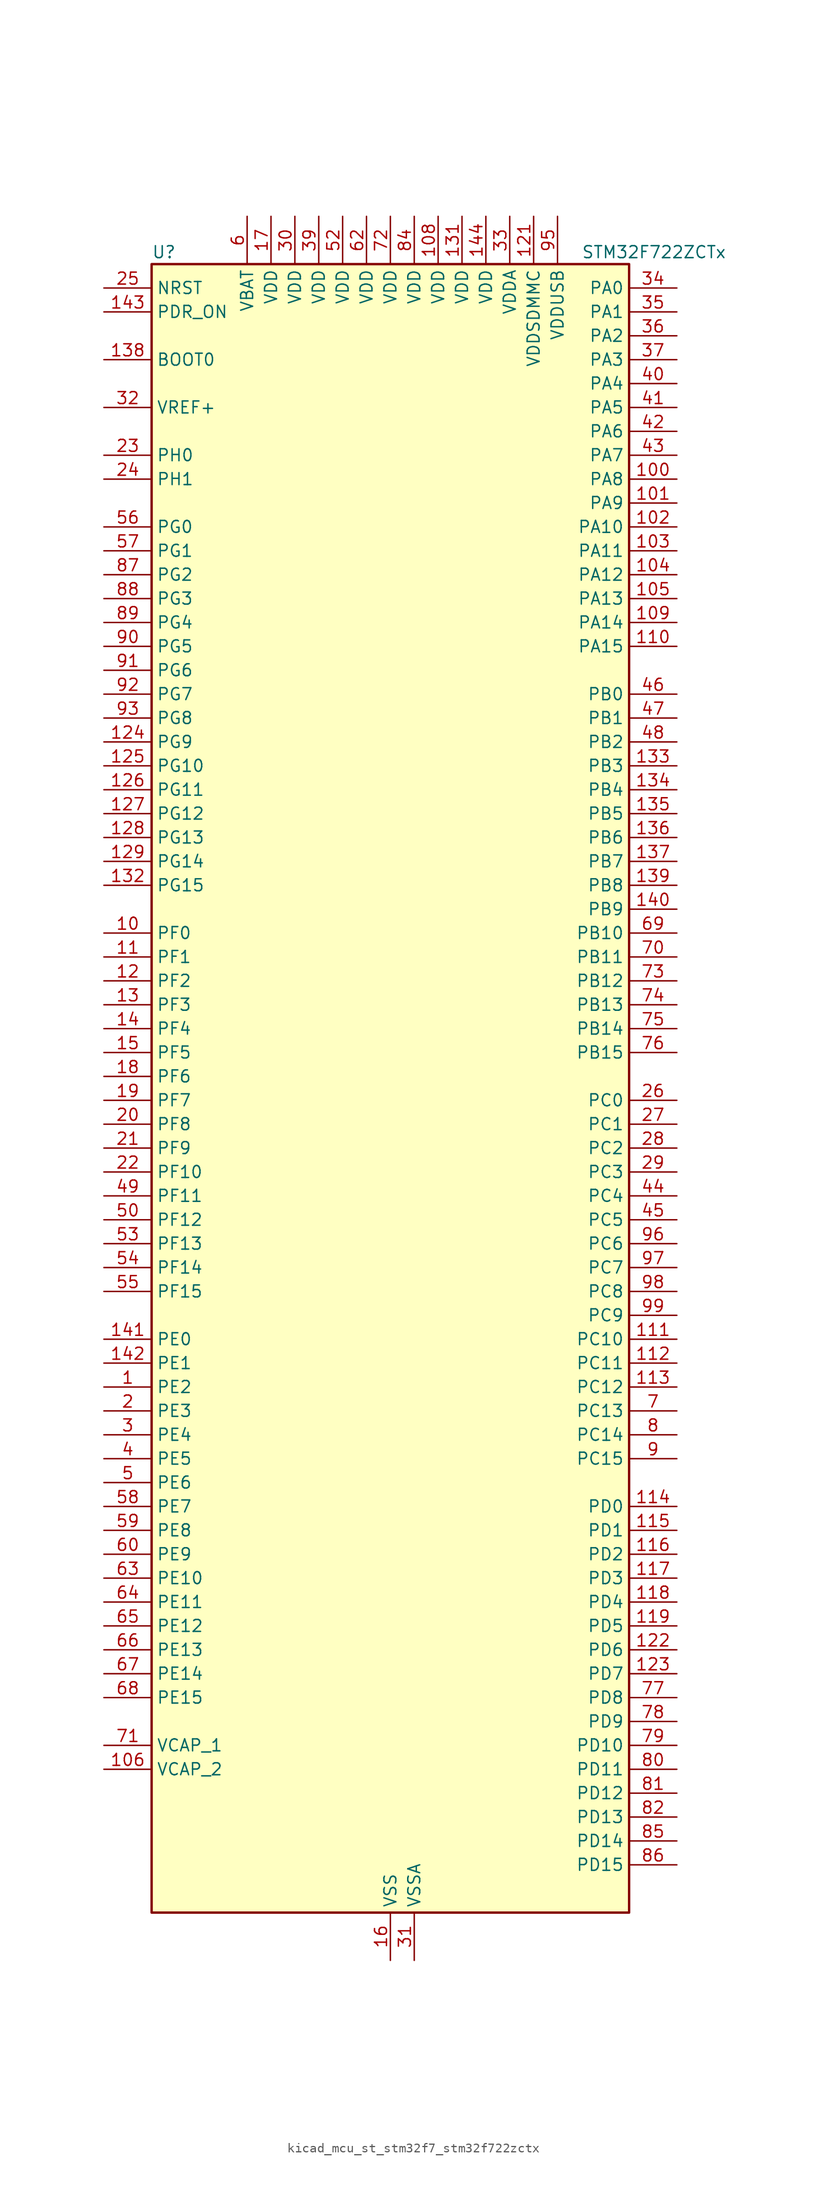
<source format=kicad_sym>
(kicad_symbol_lib
  (version 20220914)
  (generator kicad_symbol_editor)
  (symbol "kicad_mcu_st_stm32f7_stm32f722zctx"
    (property "Reference" "U"
      (at -25.4 90.17 0)
      (effects (font (size 1.27 1.27)) (justify left)))
    (property "Value" "STM32F722ZCTx"
      (at 20.32 90.17 0)
      (effects (font (size 1.27 1.27)) (justify left)))
    (property "ki_locked" ""
      (at 0 0 0)
      (effects (font (size 1.27 1.27))))
    (symbol "kicad_mcu_st_stm32f7_stm32f722zctx_0_1"
      (rectangle (start -25.4 -86.36) (end 25.4 88.9) (stroke (width 0.254) (type default)) (fill (type background))))
    (symbol "kicad_mcu_st_stm32f7_stm32f722zctx_1_1"
      (pin bidirectional line (at -30.48 -30.48 0) (length 5.08) (name "PE2" (effects (font (size 1.27 1.27)))) (number "1" (effects (font (size 1.27 1.27)))) (alternate "FMC_A23" bidirectional line) (alternate "QUADSPI_BK1_IO2" bidirectional line) (alternate "SAI1_MCLK_A" bidirectional line) (alternate "SPI4_SCK" bidirectional line) (alternate "SYS_TRACECLK" bidirectional line))
      (pin bidirectional line (at -30.48 17.78 0) (length 5.08) (name "PF0" (effects (font (size 1.27 1.27)))) (number "10" (effects (font (size 1.27 1.27)))) (alternate "FMC_A0" bidirectional line) (alternate "I2C2_SDA" bidirectional line))
      (pin bidirectional line (at 30.48 66.04 180) (length 5.08) (name "PA8" (effects (font (size 1.27 1.27)))) (number "100" (effects (font (size 1.27 1.27)))) (alternate "I2C3_SCL" bidirectional line) (alternate "RCC_MCO_1" bidirectional line) (alternate "TIM1_CH1" bidirectional line) (alternate "TIM8_BKIN2" bidirectional line) (alternate "USART1_CK" bidirectional line) (alternate "USB_OTG_FS_SOF" bidirectional line))
      (pin bidirectional line (at 30.48 63.5 180) (length 5.08) (name "PA9" (effects (font (size 1.27 1.27)))) (number "101" (effects (font (size 1.27 1.27)))) (alternate "DAC_EXTI9" bidirectional line) (alternate "I2C3_SMBA" bidirectional line) (alternate "I2S2_CK" bidirectional line) (alternate "SPI2_SCK" bidirectional line) (alternate "TIM1_CH2" bidirectional line) (alternate "USART1_TX" bidirectional line) (alternate "USB_OTG_FS_VBUS" bidirectional line))
      (pin bidirectional line (at 30.48 60.96 180) (length 5.08) (name "PA10" (effects (font (size 1.27 1.27)))) (number "102" (effects (font (size 1.27 1.27)))) (alternate "TIM1_CH3" bidirectional line) (alternate "USART1_RX" bidirectional line) (alternate "USB_OTG_FS_ID" bidirectional line))
      (pin bidirectional line (at 30.48 58.42 180) (length 5.08) (name "PA11" (effects (font (size 1.27 1.27)))) (number "103" (effects (font (size 1.27 1.27)))) (alternate "ADC1_EXTI11" bidirectional line) (alternate "ADC2_EXTI11" bidirectional line) (alternate "ADC3_EXTI11" bidirectional line) (alternate "CAN1_RX" bidirectional line) (alternate "TIM1_CH4" bidirectional line) (alternate "USART1_CTS" bidirectional line) (alternate "USB_OTG_FS_DM" bidirectional line))
      (pin bidirectional line (at 30.48 55.88 180) (length 5.08) (name "PA12" (effects (font (size 1.27 1.27)))) (number "104" (effects (font (size 1.27 1.27)))) (alternate "CAN1_TX" bidirectional line) (alternate "SAI2_FS_B" bidirectional line) (alternate "TIM1_ETR" bidirectional line) (alternate "USART1_DE" bidirectional line) (alternate "USART1_RTS" bidirectional line) (alternate "USB_OTG_FS_DP" bidirectional line))
      (pin bidirectional line (at 30.48 53.34 180) (length 5.08) (name "PA13" (effects (font (size 1.27 1.27)))) (number "105" (effects (font (size 1.27 1.27)))) (alternate "SYS_JTMS-SWDIO" bidirectional line))
      (pin power_out line (at -30.48 -71.12 0) (length 5.08) (name "VCAP_2" (effects (font (size 1.27 1.27)))) (number "106" (effects (font (size 1.27 1.27)))))
      (pin passive line (at 0 -91.44 90) (length 5.08) hide (name "VSS" (effects (font (size 1.27 1.27)))) (number "107" (effects (font (size 1.27 1.27)))))
      (pin power_in line (at 5.08 93.98 270) (length 5.08) (name "VDD" (effects (font (size 1.27 1.27)))) (number "108" (effects (font (size 1.27 1.27)))))
      (pin bidirectional line (at 30.48 50.8 180) (length 5.08) (name "PA14" (effects (font (size 1.27 1.27)))) (number "109" (effects (font (size 1.27 1.27)))) (alternate "SYS_JTCK-SWCLK" bidirectional line))
      (pin bidirectional line (at -30.48 15.24 0) (length 5.08) (name "PF1" (effects (font (size 1.27 1.27)))) (number "11" (effects (font (size 1.27 1.27)))) (alternate "FMC_A1" bidirectional line) (alternate "I2C2_SCL" bidirectional line))
      (pin bidirectional line (at 30.48 48.26 180) (length 5.08) (name "PA15" (effects (font (size 1.27 1.27)))) (number "110" (effects (font (size 1.27 1.27)))) (alternate "I2S1_WS" bidirectional line) (alternate "I2S3_WS" bidirectional line) (alternate "SPI1_NSS" bidirectional line) (alternate "SPI3_NSS" bidirectional line) (alternate "SYS_JTDI" bidirectional line) (alternate "TIM2_CH1" bidirectional line) (alternate "TIM2_ETR" bidirectional line) (alternate "UART4_DE" bidirectional line) (alternate "UART4_RTS" bidirectional line))
      (pin bidirectional line (at 30.48 -25.4 180) (length 5.08) (name "PC10" (effects (font (size 1.27 1.27)))) (number "111" (effects (font (size 1.27 1.27)))) (alternate "I2S3_CK" bidirectional line) (alternate "QUADSPI_BK1_IO1" bidirectional line) (alternate "SDMMC1_D2" bidirectional line) (alternate "SPI3_SCK" bidirectional line) (alternate "UART4_TX" bidirectional line) (alternate "USART3_TX" bidirectional line))
      (pin bidirectional line (at 30.48 -27.94 180) (length 5.08) (name "PC11" (effects (font (size 1.27 1.27)))) (number "112" (effects (font (size 1.27 1.27)))) (alternate "ADC1_EXTI11" bidirectional line) (alternate "ADC2_EXTI11" bidirectional line) (alternate "ADC3_EXTI11" bidirectional line) (alternate "QUADSPI_BK2_NCS" bidirectional line) (alternate "SDMMC1_D3" bidirectional line) (alternate "SPI3_MISO" bidirectional line) (alternate "UART4_RX" bidirectional line) (alternate "USART3_RX" bidirectional line))
      (pin bidirectional line (at 30.48 -30.48 180) (length 5.08) (name "PC12" (effects (font (size 1.27 1.27)))) (number "113" (effects (font (size 1.27 1.27)))) (alternate "I2S3_SD" bidirectional line) (alternate "SDMMC1_CK" bidirectional line) (alternate "SPI3_MOSI" bidirectional line) (alternate "SYS_TRACED3" bidirectional line) (alternate "UART5_TX" bidirectional line) (alternate "USART3_CK" bidirectional line))
      (pin bidirectional line (at 30.48 -43.18 180) (length 5.08) (name "PD0" (effects (font (size 1.27 1.27)))) (number "114" (effects (font (size 1.27 1.27)))) (alternate "CAN1_RX" bidirectional line) (alternate "FMC_D2" bidirectional line) (alternate "FMC_DA2" bidirectional line))
      (pin bidirectional line (at 30.48 -45.72 180) (length 5.08) (name "PD1" (effects (font (size 1.27 1.27)))) (number "115" (effects (font (size 1.27 1.27)))) (alternate "CAN1_TX" bidirectional line) (alternate "FMC_D3" bidirectional line) (alternate "FMC_DA3" bidirectional line))
      (pin bidirectional line (at 30.48 -48.26 180) (length 5.08) (name "PD2" (effects (font (size 1.27 1.27)))) (number "116" (effects (font (size 1.27 1.27)))) (alternate "SDMMC1_CMD" bidirectional line) (alternate "SYS_TRACED2" bidirectional line) (alternate "TIM3_ETR" bidirectional line) (alternate "UART5_RX" bidirectional line))
      (pin bidirectional line (at 30.48 -50.8 180) (length 5.08) (name "PD3" (effects (font (size 1.27 1.27)))) (number "117" (effects (font (size 1.27 1.27)))) (alternate "FMC_CLK" bidirectional line) (alternate "I2S2_CK" bidirectional line) (alternate "SPI2_SCK" bidirectional line) (alternate "USART2_CTS" bidirectional line))
      (pin bidirectional line (at 30.48 -53.34 180) (length 5.08) (name "PD4" (effects (font (size 1.27 1.27)))) (number "118" (effects (font (size 1.27 1.27)))) (alternate "FMC_NOE" bidirectional line) (alternate "USART2_DE" bidirectional line) (alternate "USART2_RTS" bidirectional line))
      (pin bidirectional line (at 30.48 -55.88 180) (length 5.08) (name "PD5" (effects (font (size 1.27 1.27)))) (number "119" (effects (font (size 1.27 1.27)))) (alternate "FMC_NWE" bidirectional line) (alternate "USART2_TX" bidirectional line))
      (pin bidirectional line (at -30.48 12.7 0) (length 5.08) (name "PF2" (effects (font (size 1.27 1.27)))) (number "12" (effects (font (size 1.27 1.27)))) (alternate "FMC_A2" bidirectional line) (alternate "I2C2_SMBA" bidirectional line))
      (pin passive line (at 0 -91.44 90) (length 5.08) hide (name "VSS" (effects (font (size 1.27 1.27)))) (number "120" (effects (font (size 1.27 1.27)))))
      (pin power_in line (at 15.24 93.98 270) (length 5.08) (name "VDDSDMMC" (effects (font (size 1.27 1.27)))) (number "121" (effects (font (size 1.27 1.27)))))
      (pin bidirectional line (at 30.48 -58.42 180) (length 5.08) (name "PD6" (effects (font (size 1.27 1.27)))) (number "122" (effects (font (size 1.27 1.27)))) (alternate "FMC_NWAIT" bidirectional line) (alternate "I2S3_SD" bidirectional line) (alternate "SAI1_SD_A" bidirectional line) (alternate "SDMMC2_CK" bidirectional line) (alternate "SPI3_MOSI" bidirectional line) (alternate "USART2_RX" bidirectional line))
      (pin bidirectional line (at 30.48 -60.96 180) (length 5.08) (name "PD7" (effects (font (size 1.27 1.27)))) (number "123" (effects (font (size 1.27 1.27)))) (alternate "FMC_NE1" bidirectional line) (alternate "SDMMC2_CMD" bidirectional line) (alternate "USART2_CK" bidirectional line))
      (pin bidirectional line (at -30.48 38.1 0) (length 5.08) (name "PG9" (effects (font (size 1.27 1.27)))) (number "124" (effects (font (size 1.27 1.27)))) (alternate "DAC_EXTI9" bidirectional line) (alternate "FMC_NCE" bidirectional line) (alternate "FMC_NE2" bidirectional line) (alternate "QUADSPI_BK2_IO2" bidirectional line) (alternate "SAI2_FS_B" bidirectional line) (alternate "SDMMC2_D0" bidirectional line) (alternate "USART6_RX" bidirectional line))
      (pin bidirectional line (at -30.48 35.56 0) (length 5.08) (name "PG10" (effects (font (size 1.27 1.27)))) (number "125" (effects (font (size 1.27 1.27)))) (alternate "FMC_NE3" bidirectional line) (alternate "SAI2_SD_B" bidirectional line) (alternate "SDMMC2_D1" bidirectional line))
      (pin bidirectional line (at -30.48 33.02 0) (length 5.08) (name "PG11" (effects (font (size 1.27 1.27)))) (number "126" (effects (font (size 1.27 1.27)))) (alternate "ADC1_EXTI11" bidirectional line) (alternate "ADC2_EXTI11" bidirectional line) (alternate "ADC3_EXTI11" bidirectional line) (alternate "FMC_INT" bidirectional line) (alternate "SDMMC2_D2" bidirectional line))
      (pin bidirectional line (at -30.48 30.48 0) (length 5.08) (name "PG12" (effects (font (size 1.27 1.27)))) (number "127" (effects (font (size 1.27 1.27)))) (alternate "FMC_NE4" bidirectional line) (alternate "LPTIM1_IN1" bidirectional line) (alternate "SDMMC2_D3" bidirectional line) (alternate "USART6_DE" bidirectional line) (alternate "USART6_RTS" bidirectional line))
      (pin bidirectional line (at -30.48 27.94 0) (length 5.08) (name "PG13" (effects (font (size 1.27 1.27)))) (number "128" (effects (font (size 1.27 1.27)))) (alternate "FMC_A24" bidirectional line) (alternate "LPTIM1_OUT" bidirectional line) (alternate "SYS_TRACED0" bidirectional line) (alternate "USART6_CTS" bidirectional line))
      (pin bidirectional line (at -30.48 25.4 0) (length 5.08) (name "PG14" (effects (font (size 1.27 1.27)))) (number "129" (effects (font (size 1.27 1.27)))) (alternate "FMC_A25" bidirectional line) (alternate "LPTIM1_ETR" bidirectional line) (alternate "QUADSPI_BK2_IO3" bidirectional line) (alternate "SYS_TRACED1" bidirectional line) (alternate "USART6_TX" bidirectional line))
      (pin bidirectional line (at -30.48 10.16 0) (length 5.08) (name "PF3" (effects (font (size 1.27 1.27)))) (number "13" (effects (font (size 1.27 1.27)))) (alternate "ADC3_IN9" bidirectional line) (alternate "FMC_A3" bidirectional line))
      (pin passive line (at 0 -91.44 90) (length 5.08) hide (name "VSS" (effects (font (size 1.27 1.27)))) (number "130" (effects (font (size 1.27 1.27)))))
      (pin power_in line (at 7.62 93.98 270) (length 5.08) (name "VDD" (effects (font (size 1.27 1.27)))) (number "131" (effects (font (size 1.27 1.27)))))
      (pin bidirectional line (at -30.48 22.86 0) (length 5.08) (name "PG15" (effects (font (size 1.27 1.27)))) (number "132" (effects (font (size 1.27 1.27)))) (alternate "FMC_SDNCAS" bidirectional line) (alternate "USART6_CTS" bidirectional line))
      (pin bidirectional line (at 30.48 35.56 180) (length 5.08) (name "PB3" (effects (font (size 1.27 1.27)))) (number "133" (effects (font (size 1.27 1.27)))) (alternate "I2S1_CK" bidirectional line) (alternate "I2S3_CK" bidirectional line) (alternate "SDMMC2_D2" bidirectional line) (alternate "SPI1_SCK" bidirectional line) (alternate "SPI3_SCK" bidirectional line) (alternate "SYS_JTDO-SWO" bidirectional line) (alternate "TIM2_CH2" bidirectional line))
      (pin bidirectional line (at 30.48 33.02 180) (length 5.08) (name "PB4" (effects (font (size 1.27 1.27)))) (number "134" (effects (font (size 1.27 1.27)))) (alternate "I2S2_WS" bidirectional line) (alternate "SDMMC2_D3" bidirectional line) (alternate "SPI1_MISO" bidirectional line) (alternate "SPI2_NSS" bidirectional line) (alternate "SPI3_MISO" bidirectional line) (alternate "SYS_JTRST" bidirectional line) (alternate "TIM3_CH1" bidirectional line))
      (pin bidirectional line (at 30.48 30.48 180) (length 5.08) (name "PB5" (effects (font (size 1.27 1.27)))) (number "135" (effects (font (size 1.27 1.27)))) (alternate "FMC_SDCKE1" bidirectional line) (alternate "I2C1_SMBA" bidirectional line) (alternate "I2S1_SD" bidirectional line) (alternate "I2S3_SD" bidirectional line) (alternate "SPI1_MOSI" bidirectional line) (alternate "SPI3_MOSI" bidirectional line) (alternate "TIM3_CH2" bidirectional line) (alternate "USB_OTG_HS_ULPI_D7" bidirectional line))
      (pin bidirectional line (at 30.48 27.94 180) (length 5.08) (name "PB6" (effects (font (size 1.27 1.27)))) (number "136" (effects (font (size 1.27 1.27)))) (alternate "FMC_SDNE1" bidirectional line) (alternate "I2C1_SCL" bidirectional line) (alternate "QUADSPI_BK1_NCS" bidirectional line) (alternate "TIM4_CH1" bidirectional line) (alternate "USART1_TX" bidirectional line))
      (pin bidirectional line (at 30.48 25.4 180) (length 5.08) (name "PB7" (effects (font (size 1.27 1.27)))) (number "137" (effects (font (size 1.27 1.27)))) (alternate "FMC_NL" bidirectional line) (alternate "I2C1_SDA" bidirectional line) (alternate "TIM4_CH2" bidirectional line) (alternate "USART1_RX" bidirectional line))
      (pin input line (at -30.48 78.74 0) (length 5.08) (name "BOOT0" (effects (font (size 1.27 1.27)))) (number "138" (effects (font (size 1.27 1.27)))))
      (pin bidirectional line (at 30.48 22.86 180) (length 5.08) (name "PB8" (effects (font (size 1.27 1.27)))) (number "139" (effects (font (size 1.27 1.27)))) (alternate "CAN1_RX" bidirectional line) (alternate "I2C1_SCL" bidirectional line) (alternate "SDMMC1_D4" bidirectional line) (alternate "SDMMC2_D4" bidirectional line) (alternate "TIM10_CH1" bidirectional line) (alternate "TIM4_CH3" bidirectional line))
      (pin bidirectional line (at -30.48 7.62 0) (length 5.08) (name "PF4" (effects (font (size 1.27 1.27)))) (number "14" (effects (font (size 1.27 1.27)))) (alternate "ADC3_IN14" bidirectional line) (alternate "FMC_A4" bidirectional line))
      (pin bidirectional line (at 30.48 20.32 180) (length 5.08) (name "PB9" (effects (font (size 1.27 1.27)))) (number "140" (effects (font (size 1.27 1.27)))) (alternate "CAN1_TX" bidirectional line) (alternate "DAC_EXTI9" bidirectional line) (alternate "I2C1_SDA" bidirectional line) (alternate "I2S2_WS" bidirectional line) (alternate "SDMMC1_D5" bidirectional line) (alternate "SDMMC2_D5" bidirectional line) (alternate "SPI2_NSS" bidirectional line) (alternate "TIM11_CH1" bidirectional line) (alternate "TIM4_CH4" bidirectional line))
      (pin bidirectional line (at -30.48 -25.4 0) (length 5.08) (name "PE0" (effects (font (size 1.27 1.27)))) (number "141" (effects (font (size 1.27 1.27)))) (alternate "FMC_NBL0" bidirectional line) (alternate "LPTIM1_ETR" bidirectional line) (alternate "SAI2_MCLK_A" bidirectional line) (alternate "TIM4_ETR" bidirectional line) (alternate "UART8_RX" bidirectional line))
      (pin bidirectional line (at -30.48 -27.94 0) (length 5.08) (name "PE1" (effects (font (size 1.27 1.27)))) (number "142" (effects (font (size 1.27 1.27)))) (alternate "FMC_NBL1" bidirectional line) (alternate "LPTIM1_IN2" bidirectional line) (alternate "UART8_TX" bidirectional line))
      (pin input line (at -30.48 83.82 0) (length 5.08) (name "PDR_ON" (effects (font (size 1.27 1.27)))) (number "143" (effects (font (size 1.27 1.27)))))
      (pin power_in line (at 10.16 93.98 270) (length 5.08) (name "VDD" (effects (font (size 1.27 1.27)))) (number "144" (effects (font (size 1.27 1.27)))))
      (pin bidirectional line (at -30.48 5.08 0) (length 5.08) (name "PF5" (effects (font (size 1.27 1.27)))) (number "15" (effects (font (size 1.27 1.27)))) (alternate "ADC3_IN15" bidirectional line) (alternate "FMC_A5" bidirectional line))
      (pin power_in line (at 0 -91.44 90) (length 5.08) (name "VSS" (effects (font (size 1.27 1.27)))) (number "16" (effects (font (size 1.27 1.27)))))
      (pin power_in line (at -12.7 93.98 270) (length 5.08) (name "VDD" (effects (font (size 1.27 1.27)))) (number "17" (effects (font (size 1.27 1.27)))))
      (pin bidirectional line (at -30.48 2.54 0) (length 5.08) (name "PF6" (effects (font (size 1.27 1.27)))) (number "18" (effects (font (size 1.27 1.27)))) (alternate "ADC3_IN4" bidirectional line) (alternate "QUADSPI_BK1_IO3" bidirectional line) (alternate "SAI1_SD_B" bidirectional line) (alternate "SPI5_NSS" bidirectional line) (alternate "TIM10_CH1" bidirectional line) (alternate "UART7_RX" bidirectional line))
      (pin bidirectional line (at -30.48 0 0) (length 5.08) (name "PF7" (effects (font (size 1.27 1.27)))) (number "19" (effects (font (size 1.27 1.27)))) (alternate "ADC3_IN5" bidirectional line) (alternate "QUADSPI_BK1_IO2" bidirectional line) (alternate "SAI1_MCLK_B" bidirectional line) (alternate "SPI5_SCK" bidirectional line) (alternate "TIM11_CH1" bidirectional line) (alternate "UART7_TX" bidirectional line))
      (pin bidirectional line (at -30.48 -33.02 0) (length 5.08) (name "PE3" (effects (font (size 1.27 1.27)))) (number "2" (effects (font (size 1.27 1.27)))) (alternate "FMC_A19" bidirectional line) (alternate "SAI1_SD_B" bidirectional line) (alternate "SYS_TRACED0" bidirectional line))
      (pin bidirectional line (at -30.48 -2.54 0) (length 5.08) (name "PF8" (effects (font (size 1.27 1.27)))) (number "20" (effects (font (size 1.27 1.27)))) (alternate "ADC3_IN6" bidirectional line) (alternate "QUADSPI_BK1_IO0" bidirectional line) (alternate "SAI1_SCK_B" bidirectional line) (alternate "SPI5_MISO" bidirectional line) (alternate "TIM13_CH1" bidirectional line) (alternate "UART7_DE" bidirectional line) (alternate "UART7_RTS" bidirectional line))
      (pin bidirectional line (at -30.48 -5.08 0) (length 5.08) (name "PF9" (effects (font (size 1.27 1.27)))) (number "21" (effects (font (size 1.27 1.27)))) (alternate "ADC3_IN7" bidirectional line) (alternate "DAC_EXTI9" bidirectional line) (alternate "QUADSPI_BK1_IO1" bidirectional line) (alternate "SAI1_FS_B" bidirectional line) (alternate "SPI5_MOSI" bidirectional line) (alternate "TIM14_CH1" bidirectional line) (alternate "UART7_CTS" bidirectional line))
      (pin bidirectional line (at -30.48 -7.62 0) (length 5.08) (name "PF10" (effects (font (size 1.27 1.27)))) (number "22" (effects (font (size 1.27 1.27)))) (alternate "ADC3_IN8" bidirectional line))
      (pin bidirectional line (at -30.48 68.58 0) (length 5.08) (name "PH0" (effects (font (size 1.27 1.27)))) (number "23" (effects (font (size 1.27 1.27)))) (alternate "RCC_OSC_IN" bidirectional line))
      (pin bidirectional line (at -30.48 66.04 0) (length 5.08) (name "PH1" (effects (font (size 1.27 1.27)))) (number "24" (effects (font (size 1.27 1.27)))) (alternate "RCC_OSC_OUT" bidirectional line))
      (pin input line (at -30.48 86.36 0) (length 5.08) (name "NRST" (effects (font (size 1.27 1.27)))) (number "25" (effects (font (size 1.27 1.27)))))
      (pin bidirectional line (at 30.48 0 180) (length 5.08) (name "PC0" (effects (font (size 1.27 1.27)))) (number "26" (effects (font (size 1.27 1.27)))) (alternate "ADC1_IN10" bidirectional line) (alternate "ADC2_IN10" bidirectional line) (alternate "ADC3_IN10" bidirectional line) (alternate "FMC_SDNWE" bidirectional line) (alternate "SAI2_FS_B" bidirectional line) (alternate "USB_OTG_HS_ULPI_STP" bidirectional line))
      (pin bidirectional line (at 30.48 -2.54 180) (length 5.08) (name "PC1" (effects (font (size 1.27 1.27)))) (number "27" (effects (font (size 1.27 1.27)))) (alternate "ADC1_IN11" bidirectional line) (alternate "ADC2_IN11" bidirectional line) (alternate "ADC3_IN11" bidirectional line) (alternate "I2S2_SD" bidirectional line) (alternate "RTC_TAMP3" bidirectional line) (alternate "RTC_TS" bidirectional line) (alternate "SAI1_SD_A" bidirectional line) (alternate "SPI2_MOSI" bidirectional line) (alternate "SYS_TRACED0" bidirectional line) (alternate "SYS_WKUP3" bidirectional line))
      (pin bidirectional line (at 30.48 -5.08 180) (length 5.08) (name "PC2" (effects (font (size 1.27 1.27)))) (number "28" (effects (font (size 1.27 1.27)))) (alternate "ADC1_IN12" bidirectional line) (alternate "ADC2_IN12" bidirectional line) (alternate "ADC3_IN12" bidirectional line) (alternate "FMC_SDNE0" bidirectional line) (alternate "SPI2_MISO" bidirectional line) (alternate "USB_OTG_HS_ULPI_DIR" bidirectional line))
      (pin bidirectional line (at 30.48 -7.62 180) (length 5.08) (name "PC3" (effects (font (size 1.27 1.27)))) (number "29" (effects (font (size 1.27 1.27)))) (alternate "ADC1_IN13" bidirectional line) (alternate "ADC2_IN13" bidirectional line) (alternate "ADC3_IN13" bidirectional line) (alternate "FMC_SDCKE0" bidirectional line) (alternate "I2S2_SD" bidirectional line) (alternate "SPI2_MOSI" bidirectional line) (alternate "USB_OTG_HS_ULPI_NXT" bidirectional line))
      (pin bidirectional line (at -30.48 -35.56 0) (length 5.08) (name "PE4" (effects (font (size 1.27 1.27)))) (number "3" (effects (font (size 1.27 1.27)))) (alternate "FMC_A20" bidirectional line) (alternate "SAI1_FS_A" bidirectional line) (alternate "SPI4_NSS" bidirectional line) (alternate "SYS_TRACED1" bidirectional line))
      (pin power_in line (at -10.16 93.98 270) (length 5.08) (name "VDD" (effects (font (size 1.27 1.27)))) (number "30" (effects (font (size 1.27 1.27)))))
      (pin power_in line (at 2.54 -91.44 90) (length 5.08) (name "VSSA" (effects (font (size 1.27 1.27)))) (number "31" (effects (font (size 1.27 1.27)))))
      (pin input line (at -30.48 73.66 0) (length 5.08) (name "VREF+" (effects (font (size 1.27 1.27)))) (number "32" (effects (font (size 1.27 1.27)))))
      (pin power_in line (at 12.7 93.98 270) (length 5.08) (name "VDDA" (effects (font (size 1.27 1.27)))) (number "33" (effects (font (size 1.27 1.27)))))
      (pin bidirectional line (at 30.48 86.36 180) (length 5.08) (name "PA0" (effects (font (size 1.27 1.27)))) (number "34" (effects (font (size 1.27 1.27)))) (alternate "ADC1_IN0" bidirectional line) (alternate "ADC2_IN0" bidirectional line) (alternate "ADC3_IN0" bidirectional line) (alternate "SAI2_SD_B" bidirectional line) (alternate "SYS_WKUP1" bidirectional line) (alternate "TIM2_CH1" bidirectional line) (alternate "TIM2_ETR" bidirectional line) (alternate "TIM5_CH1" bidirectional line) (alternate "TIM8_ETR" bidirectional line) (alternate "UART4_TX" bidirectional line) (alternate "USART2_CTS" bidirectional line))
      (pin bidirectional line (at 30.48 83.82 180) (length 5.08) (name "PA1" (effects (font (size 1.27 1.27)))) (number "35" (effects (font (size 1.27 1.27)))) (alternate "ADC1_IN1" bidirectional line) (alternate "ADC2_IN1" bidirectional line) (alternate "ADC3_IN1" bidirectional line) (alternate "QUADSPI_BK1_IO3" bidirectional line) (alternate "SAI2_MCLK_B" bidirectional line) (alternate "TIM2_CH2" bidirectional line) (alternate "TIM5_CH2" bidirectional line) (alternate "UART4_RX" bidirectional line) (alternate "USART2_DE" bidirectional line) (alternate "USART2_RTS" bidirectional line))
      (pin bidirectional line (at 30.48 81.28 180) (length 5.08) (name "PA2" (effects (font (size 1.27 1.27)))) (number "36" (effects (font (size 1.27 1.27)))) (alternate "ADC1_IN2" bidirectional line) (alternate "ADC2_IN2" bidirectional line) (alternate "ADC3_IN2" bidirectional line) (alternate "SAI2_SCK_B" bidirectional line) (alternate "SYS_WKUP2" bidirectional line) (alternate "TIM2_CH3" bidirectional line) (alternate "TIM5_CH3" bidirectional line) (alternate "TIM9_CH1" bidirectional line) (alternate "USART2_TX" bidirectional line))
      (pin bidirectional line (at 30.48 78.74 180) (length 5.08) (name "PA3" (effects (font (size 1.27 1.27)))) (number "37" (effects (font (size 1.27 1.27)))) (alternate "ADC1_IN3" bidirectional line) (alternate "ADC2_IN3" bidirectional line) (alternate "ADC3_IN3" bidirectional line) (alternate "TIM2_CH4" bidirectional line) (alternate "TIM5_CH4" bidirectional line) (alternate "TIM9_CH2" bidirectional line) (alternate "USART2_RX" bidirectional line) (alternate "USB_OTG_HS_ULPI_D0" bidirectional line))
      (pin passive line (at 0 -91.44 90) (length 5.08) hide (name "VSS" (effects (font (size 1.27 1.27)))) (number "38" (effects (font (size 1.27 1.27)))))
      (pin power_in line (at -7.62 93.98 270) (length 5.08) (name "VDD" (effects (font (size 1.27 1.27)))) (number "39" (effects (font (size 1.27 1.27)))))
      (pin bidirectional line (at -30.48 -38.1 0) (length 5.08) (name "PE5" (effects (font (size 1.27 1.27)))) (number "4" (effects (font (size 1.27 1.27)))) (alternate "FMC_A21" bidirectional line) (alternate "SAI1_SCK_A" bidirectional line) (alternate "SPI4_MISO" bidirectional line) (alternate "SYS_TRACED2" bidirectional line) (alternate "TIM9_CH1" bidirectional line))
      (pin bidirectional line (at 30.48 76.2 180) (length 5.08) (name "PA4" (effects (font (size 1.27 1.27)))) (number "40" (effects (font (size 1.27 1.27)))) (alternate "ADC1_IN4" bidirectional line) (alternate "ADC2_IN4" bidirectional line) (alternate "DAC_OUT1" bidirectional line) (alternate "I2S1_WS" bidirectional line) (alternate "I2S3_WS" bidirectional line) (alternate "SPI1_NSS" bidirectional line) (alternate "SPI3_NSS" bidirectional line) (alternate "USART2_CK" bidirectional line) (alternate "USB_OTG_HS_SOF" bidirectional line))
      (pin bidirectional line (at 30.48 73.66 180) (length 5.08) (name "PA5" (effects (font (size 1.27 1.27)))) (number "41" (effects (font (size 1.27 1.27)))) (alternate "ADC1_IN5" bidirectional line) (alternate "ADC2_IN5" bidirectional line) (alternate "DAC_OUT2" bidirectional line) (alternate "I2S1_CK" bidirectional line) (alternate "SPI1_SCK" bidirectional line) (alternate "TIM2_CH1" bidirectional line) (alternate "TIM2_ETR" bidirectional line) (alternate "TIM8_CH1N" bidirectional line) (alternate "USB_OTG_HS_ULPI_CK" bidirectional line))
      (pin bidirectional line (at 30.48 71.12 180) (length 5.08) (name "PA6" (effects (font (size 1.27 1.27)))) (number "42" (effects (font (size 1.27 1.27)))) (alternate "ADC1_IN6" bidirectional line) (alternate "ADC2_IN6" bidirectional line) (alternate "SPI1_MISO" bidirectional line) (alternate "TIM13_CH1" bidirectional line) (alternate "TIM1_BKIN" bidirectional line) (alternate "TIM3_CH1" bidirectional line) (alternate "TIM8_BKIN" bidirectional line))
      (pin bidirectional line (at 30.48 68.58 180) (length 5.08) (name "PA7" (effects (font (size 1.27 1.27)))) (number "43" (effects (font (size 1.27 1.27)))) (alternate "ADC1_IN7" bidirectional line) (alternate "ADC2_IN7" bidirectional line) (alternate "FMC_SDNWE" bidirectional line) (alternate "I2S1_SD" bidirectional line) (alternate "SPI1_MOSI" bidirectional line) (alternate "TIM14_CH1" bidirectional line) (alternate "TIM1_CH1N" bidirectional line) (alternate "TIM3_CH2" bidirectional line) (alternate "TIM8_CH1N" bidirectional line))
      (pin bidirectional line (at 30.48 -10.16 180) (length 5.08) (name "PC4" (effects (font (size 1.27 1.27)))) (number "44" (effects (font (size 1.27 1.27)))) (alternate "ADC1_IN14" bidirectional line) (alternate "ADC2_IN14" bidirectional line) (alternate "FMC_SDNE0" bidirectional line) (alternate "I2S1_MCK" bidirectional line))
      (pin bidirectional line (at 30.48 -12.7 180) (length 5.08) (name "PC5" (effects (font (size 1.27 1.27)))) (number "45" (effects (font (size 1.27 1.27)))) (alternate "ADC1_IN15" bidirectional line) (alternate "ADC2_IN15" bidirectional line) (alternate "FMC_SDCKE0" bidirectional line))
      (pin bidirectional line (at 30.48 43.18 180) (length 5.08) (name "PB0" (effects (font (size 1.27 1.27)))) (number "46" (effects (font (size 1.27 1.27)))) (alternate "ADC1_IN8" bidirectional line) (alternate "ADC2_IN8" bidirectional line) (alternate "TIM1_CH2N" bidirectional line) (alternate "TIM3_CH3" bidirectional line) (alternate "TIM8_CH2N" bidirectional line) (alternate "UART4_CTS" bidirectional line) (alternate "USB_OTG_HS_ULPI_D1" bidirectional line))
      (pin bidirectional line (at 30.48 40.64 180) (length 5.08) (name "PB1" (effects (font (size 1.27 1.27)))) (number "47" (effects (font (size 1.27 1.27)))) (alternate "ADC1_IN9" bidirectional line) (alternate "ADC2_IN9" bidirectional line) (alternate "TIM1_CH3N" bidirectional line) (alternate "TIM3_CH4" bidirectional line) (alternate "TIM8_CH3N" bidirectional line) (alternate "USB_OTG_HS_ULPI_D2" bidirectional line))
      (pin bidirectional line (at 30.48 38.1 180) (length 5.08) (name "PB2" (effects (font (size 1.27 1.27)))) (number "48" (effects (font (size 1.27 1.27)))) (alternate "I2S3_SD" bidirectional line) (alternate "QUADSPI_CLK" bidirectional line) (alternate "SAI1_SD_A" bidirectional line) (alternate "SPI3_MOSI" bidirectional line))
      (pin bidirectional line (at -30.48 -10.16 0) (length 5.08) (name "PF11" (effects (font (size 1.27 1.27)))) (number "49" (effects (font (size 1.27 1.27)))) (alternate "ADC1_EXTI11" bidirectional line) (alternate "ADC2_EXTI11" bidirectional line) (alternate "ADC3_EXTI11" bidirectional line) (alternate "FMC_SDNRAS" bidirectional line) (alternate "SAI2_SD_B" bidirectional line) (alternate "SPI5_MOSI" bidirectional line))
      (pin bidirectional line (at -30.48 -40.64 0) (length 5.08) (name "PE6" (effects (font (size 1.27 1.27)))) (number "5" (effects (font (size 1.27 1.27)))) (alternate "FMC_A22" bidirectional line) (alternate "SAI1_SD_A" bidirectional line) (alternate "SAI2_MCLK_B" bidirectional line) (alternate "SPI4_MOSI" bidirectional line) (alternate "SYS_TRACED3" bidirectional line) (alternate "TIM1_BKIN2" bidirectional line) (alternate "TIM9_CH2" bidirectional line))
      (pin bidirectional line (at -30.48 -12.7 0) (length 5.08) (name "PF12" (effects (font (size 1.27 1.27)))) (number "50" (effects (font (size 1.27 1.27)))) (alternate "FMC_A6" bidirectional line))
      (pin passive line (at 0 -91.44 90) (length 5.08) hide (name "VSS" (effects (font (size 1.27 1.27)))) (number "51" (effects (font (size 1.27 1.27)))))
      (pin power_in line (at -5.08 93.98 270) (length 5.08) (name "VDD" (effects (font (size 1.27 1.27)))) (number "52" (effects (font (size 1.27 1.27)))))
      (pin bidirectional line (at -30.48 -15.24 0) (length 5.08) (name "PF13" (effects (font (size 1.27 1.27)))) (number "53" (effects (font (size 1.27 1.27)))) (alternate "FMC_A7" bidirectional line))
      (pin bidirectional line (at -30.48 -17.78 0) (length 5.08) (name "PF14" (effects (font (size 1.27 1.27)))) (number "54" (effects (font (size 1.27 1.27)))) (alternate "FMC_A8" bidirectional line))
      (pin bidirectional line (at -30.48 -20.32 0) (length 5.08) (name "PF15" (effects (font (size 1.27 1.27)))) (number "55" (effects (font (size 1.27 1.27)))) (alternate "FMC_A9" bidirectional line))
      (pin bidirectional line (at -30.48 60.96 0) (length 5.08) (name "PG0" (effects (font (size 1.27 1.27)))) (number "56" (effects (font (size 1.27 1.27)))) (alternate "FMC_A10" bidirectional line))
      (pin bidirectional line (at -30.48 58.42 0) (length 5.08) (name "PG1" (effects (font (size 1.27 1.27)))) (number "57" (effects (font (size 1.27 1.27)))) (alternate "FMC_A11" bidirectional line))
      (pin bidirectional line (at -30.48 -43.18 0) (length 5.08) (name "PE7" (effects (font (size 1.27 1.27)))) (number "58" (effects (font (size 1.27 1.27)))) (alternate "FMC_D4" bidirectional line) (alternate "FMC_DA4" bidirectional line) (alternate "QUADSPI_BK2_IO0" bidirectional line) (alternate "TIM1_ETR" bidirectional line) (alternate "UART7_RX" bidirectional line))
      (pin bidirectional line (at -30.48 -45.72 0) (length 5.08) (name "PE8" (effects (font (size 1.27 1.27)))) (number "59" (effects (font (size 1.27 1.27)))) (alternate "FMC_D5" bidirectional line) (alternate "FMC_DA5" bidirectional line) (alternate "QUADSPI_BK2_IO1" bidirectional line) (alternate "TIM1_CH1N" bidirectional line) (alternate "UART7_TX" bidirectional line))
      (pin power_in line (at -15.24 93.98 270) (length 5.08) (name "VBAT" (effects (font (size 1.27 1.27)))) (number "6" (effects (font (size 1.27 1.27)))))
      (pin bidirectional line (at -30.48 -48.26 0) (length 5.08) (name "PE9" (effects (font (size 1.27 1.27)))) (number "60" (effects (font (size 1.27 1.27)))) (alternate "DAC_EXTI9" bidirectional line) (alternate "FMC_D6" bidirectional line) (alternate "FMC_DA6" bidirectional line) (alternate "QUADSPI_BK2_IO2" bidirectional line) (alternate "TIM1_CH1" bidirectional line) (alternate "UART7_DE" bidirectional line) (alternate "UART7_RTS" bidirectional line))
      (pin passive line (at 0 -91.44 90) (length 5.08) hide (name "VSS" (effects (font (size 1.27 1.27)))) (number "61" (effects (font (size 1.27 1.27)))))
      (pin power_in line (at -2.54 93.98 270) (length 5.08) (name "VDD" (effects (font (size 1.27 1.27)))) (number "62" (effects (font (size 1.27 1.27)))))
      (pin bidirectional line (at -30.48 -50.8 0) (length 5.08) (name "PE10" (effects (font (size 1.27 1.27)))) (number "63" (effects (font (size 1.27 1.27)))) (alternate "FMC_D7" bidirectional line) (alternate "FMC_DA7" bidirectional line) (alternate "QUADSPI_BK2_IO3" bidirectional line) (alternate "TIM1_CH2N" bidirectional line) (alternate "UART7_CTS" bidirectional line))
      (pin bidirectional line (at -30.48 -53.34 0) (length 5.08) (name "PE11" (effects (font (size 1.27 1.27)))) (number "64" (effects (font (size 1.27 1.27)))) (alternate "ADC1_EXTI11" bidirectional line) (alternate "ADC2_EXTI11" bidirectional line) (alternate "ADC3_EXTI11" bidirectional line) (alternate "FMC_D8" bidirectional line) (alternate "FMC_DA8" bidirectional line) (alternate "SAI2_SD_B" bidirectional line) (alternate "SPI4_NSS" bidirectional line) (alternate "TIM1_CH2" bidirectional line))
      (pin bidirectional line (at -30.48 -55.88 0) (length 5.08) (name "PE12" (effects (font (size 1.27 1.27)))) (number "65" (effects (font (size 1.27 1.27)))) (alternate "FMC_D9" bidirectional line) (alternate "FMC_DA9" bidirectional line) (alternate "SAI2_SCK_B" bidirectional line) (alternate "SPI4_SCK" bidirectional line) (alternate "TIM1_CH3N" bidirectional line))
      (pin bidirectional line (at -30.48 -58.42 0) (length 5.08) (name "PE13" (effects (font (size 1.27 1.27)))) (number "66" (effects (font (size 1.27 1.27)))) (alternate "FMC_D10" bidirectional line) (alternate "FMC_DA10" bidirectional line) (alternate "SAI2_FS_B" bidirectional line) (alternate "SPI4_MISO" bidirectional line) (alternate "TIM1_CH3" bidirectional line))
      (pin bidirectional line (at -30.48 -60.96 0) (length 5.08) (name "PE14" (effects (font (size 1.27 1.27)))) (number "67" (effects (font (size 1.27 1.27)))) (alternate "FMC_D11" bidirectional line) (alternate "FMC_DA11" bidirectional line) (alternate "SAI2_MCLK_B" bidirectional line) (alternate "SPI4_MOSI" bidirectional line) (alternate "TIM1_CH4" bidirectional line))
      (pin bidirectional line (at -30.48 -63.5 0) (length 5.08) (name "PE15" (effects (font (size 1.27 1.27)))) (number "68" (effects (font (size 1.27 1.27)))) (alternate "FMC_D12" bidirectional line) (alternate "FMC_DA12" bidirectional line) (alternate "TIM1_BKIN" bidirectional line))
      (pin bidirectional line (at 30.48 17.78 180) (length 5.08) (name "PB10" (effects (font (size 1.27 1.27)))) (number "69" (effects (font (size 1.27 1.27)))) (alternate "I2C2_SCL" bidirectional line) (alternate "I2S2_CK" bidirectional line) (alternate "SPI2_SCK" bidirectional line) (alternate "TIM2_CH3" bidirectional line) (alternate "USART3_TX" bidirectional line) (alternate "USB_OTG_HS_ULPI_D3" bidirectional line))
      (pin bidirectional line (at 30.48 -33.02 180) (length 5.08) (name "PC13" (effects (font (size 1.27 1.27)))) (number "7" (effects (font (size 1.27 1.27)))) (alternate "RTC_OUT" bidirectional line) (alternate "RTC_TAMP1" bidirectional line) (alternate "RTC_TS" bidirectional line) (alternate "SYS_WKUP4" bidirectional line))
      (pin bidirectional line (at 30.48 15.24 180) (length 5.08) (name "PB11" (effects (font (size 1.27 1.27)))) (number "70" (effects (font (size 1.27 1.27)))) (alternate "ADC1_EXTI11" bidirectional line) (alternate "ADC2_EXTI11" bidirectional line) (alternate "ADC3_EXTI11" bidirectional line) (alternate "I2C2_SDA" bidirectional line) (alternate "TIM2_CH4" bidirectional line) (alternate "USART3_RX" bidirectional line) (alternate "USB_OTG_HS_ULPI_D4" bidirectional line))
      (pin power_out line (at -30.48 -68.58 0) (length 5.08) (name "VCAP_1" (effects (font (size 1.27 1.27)))) (number "71" (effects (font (size 1.27 1.27)))))
      (pin power_in line (at 0 93.98 270) (length 5.08) (name "VDD" (effects (font (size 1.27 1.27)))) (number "72" (effects (font (size 1.27 1.27)))))
      (pin bidirectional line (at 30.48 12.7 180) (length 5.08) (name "PB12" (effects (font (size 1.27 1.27)))) (number "73" (effects (font (size 1.27 1.27)))) (alternate "I2C2_SMBA" bidirectional line) (alternate "I2S2_WS" bidirectional line) (alternate "SPI2_NSS" bidirectional line) (alternate "TIM1_BKIN" bidirectional line) (alternate "USART3_CK" bidirectional line) (alternate "USB_OTG_HS_ID" bidirectional line) (alternate "USB_OTG_HS_ULPI_D5" bidirectional line))
      (pin bidirectional line (at 30.48 10.16 180) (length 5.08) (name "PB13" (effects (font (size 1.27 1.27)))) (number "74" (effects (font (size 1.27 1.27)))) (alternate "I2S2_CK" bidirectional line) (alternate "SPI2_SCK" bidirectional line) (alternate "TIM1_CH1N" bidirectional line) (alternate "USART3_CTS" bidirectional line) (alternate "USB_OTG_HS_ULPI_D6" bidirectional line) (alternate "USB_OTG_HS_VBUS" bidirectional line))
      (pin bidirectional line (at 30.48 7.62 180) (length 5.08) (name "PB14" (effects (font (size 1.27 1.27)))) (number "75" (effects (font (size 1.27 1.27)))) (alternate "SDMMC2_D0" bidirectional line) (alternate "SPI2_MISO" bidirectional line) (alternate "TIM12_CH1" bidirectional line) (alternate "TIM1_CH2N" bidirectional line) (alternate "TIM8_CH2N" bidirectional line) (alternate "USART3_DE" bidirectional line) (alternate "USART3_RTS" bidirectional line) (alternate "USB_OTG_HS_DM" bidirectional line))
      (pin bidirectional line (at 30.48 5.08 180) (length 5.08) (name "PB15" (effects (font (size 1.27 1.27)))) (number "76" (effects (font (size 1.27 1.27)))) (alternate "I2S2_SD" bidirectional line) (alternate "RTC_REFIN" bidirectional line) (alternate "SDMMC2_D1" bidirectional line) (alternate "SPI2_MOSI" bidirectional line) (alternate "TIM12_CH2" bidirectional line) (alternate "TIM1_CH3N" bidirectional line) (alternate "TIM8_CH3N" bidirectional line) (alternate "USB_OTG_HS_DP" bidirectional line))
      (pin bidirectional line (at 30.48 -63.5 180) (length 5.08) (name "PD8" (effects (font (size 1.27 1.27)))) (number "77" (effects (font (size 1.27 1.27)))) (alternate "FMC_D13" bidirectional line) (alternate "FMC_DA13" bidirectional line) (alternate "USART3_TX" bidirectional line))
      (pin bidirectional line (at 30.48 -66.04 180) (length 5.08) (name "PD9" (effects (font (size 1.27 1.27)))) (number "78" (effects (font (size 1.27 1.27)))) (alternate "DAC_EXTI9" bidirectional line) (alternate "FMC_D14" bidirectional line) (alternate "FMC_DA14" bidirectional line) (alternate "USART3_RX" bidirectional line))
      (pin bidirectional line (at 30.48 -68.58 180) (length 5.08) (name "PD10" (effects (font (size 1.27 1.27)))) (number "79" (effects (font (size 1.27 1.27)))) (alternate "FMC_D15" bidirectional line) (alternate "FMC_DA15" bidirectional line) (alternate "USART3_CK" bidirectional line))
      (pin bidirectional line (at 30.48 -35.56 180) (length 5.08) (name "PC14" (effects (font (size 1.27 1.27)))) (number "8" (effects (font (size 1.27 1.27)))) (alternate "RCC_OSC32_IN" bidirectional line))
      (pin bidirectional line (at 30.48 -71.12 180) (length 5.08) (name "PD11" (effects (font (size 1.27 1.27)))) (number "80" (effects (font (size 1.27 1.27)))) (alternate "ADC1_EXTI11" bidirectional line) (alternate "ADC2_EXTI11" bidirectional line) (alternate "ADC3_EXTI11" bidirectional line) (alternate "FMC_A16" bidirectional line) (alternate "FMC_CLE" bidirectional line) (alternate "QUADSPI_BK1_IO0" bidirectional line) (alternate "SAI2_SD_A" bidirectional line) (alternate "USART3_CTS" bidirectional line))
      (pin bidirectional line (at 30.48 -73.66 180) (length 5.08) (name "PD12" (effects (font (size 1.27 1.27)))) (number "81" (effects (font (size 1.27 1.27)))) (alternate "FMC_A17" bidirectional line) (alternate "FMC_ALE" bidirectional line) (alternate "LPTIM1_IN1" bidirectional line) (alternate "QUADSPI_BK1_IO1" bidirectional line) (alternate "SAI2_FS_A" bidirectional line) (alternate "TIM4_CH1" bidirectional line) (alternate "USART3_DE" bidirectional line) (alternate "USART3_RTS" bidirectional line))
      (pin bidirectional line (at 30.48 -76.2 180) (length 5.08) (name "PD13" (effects (font (size 1.27 1.27)))) (number "82" (effects (font (size 1.27 1.27)))) (alternate "FMC_A18" bidirectional line) (alternate "LPTIM1_OUT" bidirectional line) (alternate "QUADSPI_BK1_IO3" bidirectional line) (alternate "SAI2_SCK_A" bidirectional line) (alternate "TIM4_CH2" bidirectional line))
      (pin passive line (at 0 -91.44 90) (length 5.08) hide (name "VSS" (effects (font (size 1.27 1.27)))) (number "83" (effects (font (size 1.27 1.27)))))
      (pin power_in line (at 2.54 93.98 270) (length 5.08) (name "VDD" (effects (font (size 1.27 1.27)))) (number "84" (effects (font (size 1.27 1.27)))))
      (pin bidirectional line (at 30.48 -78.74 180) (length 5.08) (name "PD14" (effects (font (size 1.27 1.27)))) (number "85" (effects (font (size 1.27 1.27)))) (alternate "FMC_D0" bidirectional line) (alternate "FMC_DA0" bidirectional line) (alternate "TIM4_CH3" bidirectional line) (alternate "UART8_CTS" bidirectional line))
      (pin bidirectional line (at 30.48 -81.28 180) (length 5.08) (name "PD15" (effects (font (size 1.27 1.27)))) (number "86" (effects (font (size 1.27 1.27)))) (alternate "FMC_D1" bidirectional line) (alternate "FMC_DA1" bidirectional line) (alternate "TIM4_CH4" bidirectional line) (alternate "UART8_DE" bidirectional line) (alternate "UART8_RTS" bidirectional line))
      (pin bidirectional line (at -30.48 55.88 0) (length 5.08) (name "PG2" (effects (font (size 1.27 1.27)))) (number "87" (effects (font (size 1.27 1.27)))) (alternate "FMC_A12" bidirectional line))
      (pin bidirectional line (at -30.48 53.34 0) (length 5.08) (name "PG3" (effects (font (size 1.27 1.27)))) (number "88" (effects (font (size 1.27 1.27)))) (alternate "FMC_A13" bidirectional line))
      (pin bidirectional line (at -30.48 50.8 0) (length 5.08) (name "PG4" (effects (font (size 1.27 1.27)))) (number "89" (effects (font (size 1.27 1.27)))) (alternate "FMC_A14" bidirectional line) (alternate "FMC_BA0" bidirectional line))
      (pin bidirectional line (at 30.48 -38.1 180) (length 5.08) (name "PC15" (effects (font (size 1.27 1.27)))) (number "9" (effects (font (size 1.27 1.27)))) (alternate "RCC_OSC32_OUT" bidirectional line))
      (pin bidirectional line (at -30.48 48.26 0) (length 5.08) (name "PG5" (effects (font (size 1.27 1.27)))) (number "90" (effects (font (size 1.27 1.27)))) (alternate "FMC_A15" bidirectional line) (alternate "FMC_BA1" bidirectional line))
      (pin bidirectional line (at -30.48 45.72 0) (length 5.08) (name "PG6" (effects (font (size 1.27 1.27)))) (number "91" (effects (font (size 1.27 1.27)))))
      (pin bidirectional line (at -30.48 43.18 0) (length 5.08) (name "PG7" (effects (font (size 1.27 1.27)))) (number "92" (effects (font (size 1.27 1.27)))) (alternate "FMC_INT" bidirectional line) (alternate "USART6_CK" bidirectional line))
      (pin bidirectional line (at -30.48 40.64 0) (length 5.08) (name "PG8" (effects (font (size 1.27 1.27)))) (number "93" (effects (font (size 1.27 1.27)))) (alternate "FMC_SDCLK" bidirectional line) (alternate "USART6_DE" bidirectional line) (alternate "USART6_RTS" bidirectional line))
      (pin passive line (at 0 -91.44 90) (length 5.08) hide (name "VSS" (effects (font (size 1.27 1.27)))) (number "94" (effects (font (size 1.27 1.27)))))
      (pin power_in line (at 17.78 93.98 270) (length 5.08) (name "VDDUSB" (effects (font (size 1.27 1.27)))) (number "95" (effects (font (size 1.27 1.27)))))
      (pin bidirectional line (at 30.48 -15.24 180) (length 5.08) (name "PC6" (effects (font (size 1.27 1.27)))) (number "96" (effects (font (size 1.27 1.27)))) (alternate "I2S2_MCK" bidirectional line) (alternate "SDMMC1_D6" bidirectional line) (alternate "SDMMC2_D6" bidirectional line) (alternate "TIM3_CH1" bidirectional line) (alternate "TIM8_CH1" bidirectional line) (alternate "USART6_TX" bidirectional line))
      (pin bidirectional line (at 30.48 -17.78 180) (length 5.08) (name "PC7" (effects (font (size 1.27 1.27)))) (number "97" (effects (font (size 1.27 1.27)))) (alternate "I2S3_MCK" bidirectional line) (alternate "SDMMC1_D7" bidirectional line) (alternate "SDMMC2_D7" bidirectional line) (alternate "TIM3_CH2" bidirectional line) (alternate "TIM8_CH2" bidirectional line) (alternate "USART6_RX" bidirectional line))
      (pin bidirectional line (at 30.48 -20.32 180) (length 5.08) (name "PC8" (effects (font (size 1.27 1.27)))) (number "98" (effects (font (size 1.27 1.27)))) (alternate "SDMMC1_D0" bidirectional line) (alternate "SYS_TRACED1" bidirectional line) (alternate "TIM3_CH3" bidirectional line) (alternate "TIM8_CH3" bidirectional line) (alternate "UART5_DE" bidirectional line) (alternate "UART5_RTS" bidirectional line) (alternate "USART6_CK" bidirectional line))
      (pin bidirectional line (at 30.48 -22.86 180) (length 5.08) (name "PC9" (effects (font (size 1.27 1.27)))) (number "99" (effects (font (size 1.27 1.27)))) (alternate "DAC_EXTI9" bidirectional line) (alternate "I2C3_SDA" bidirectional line) (alternate "I2S_CKIN" bidirectional line) (alternate "QUADSPI_BK1_IO0" bidirectional line) (alternate "RCC_MCO_2" bidirectional line) (alternate "SDMMC1_D1" bidirectional line) (alternate "TIM3_CH4" bidirectional line) (alternate "TIM8_CH4" bidirectional line) (alternate "UART5_CTS" bidirectional line)))))
</source>
